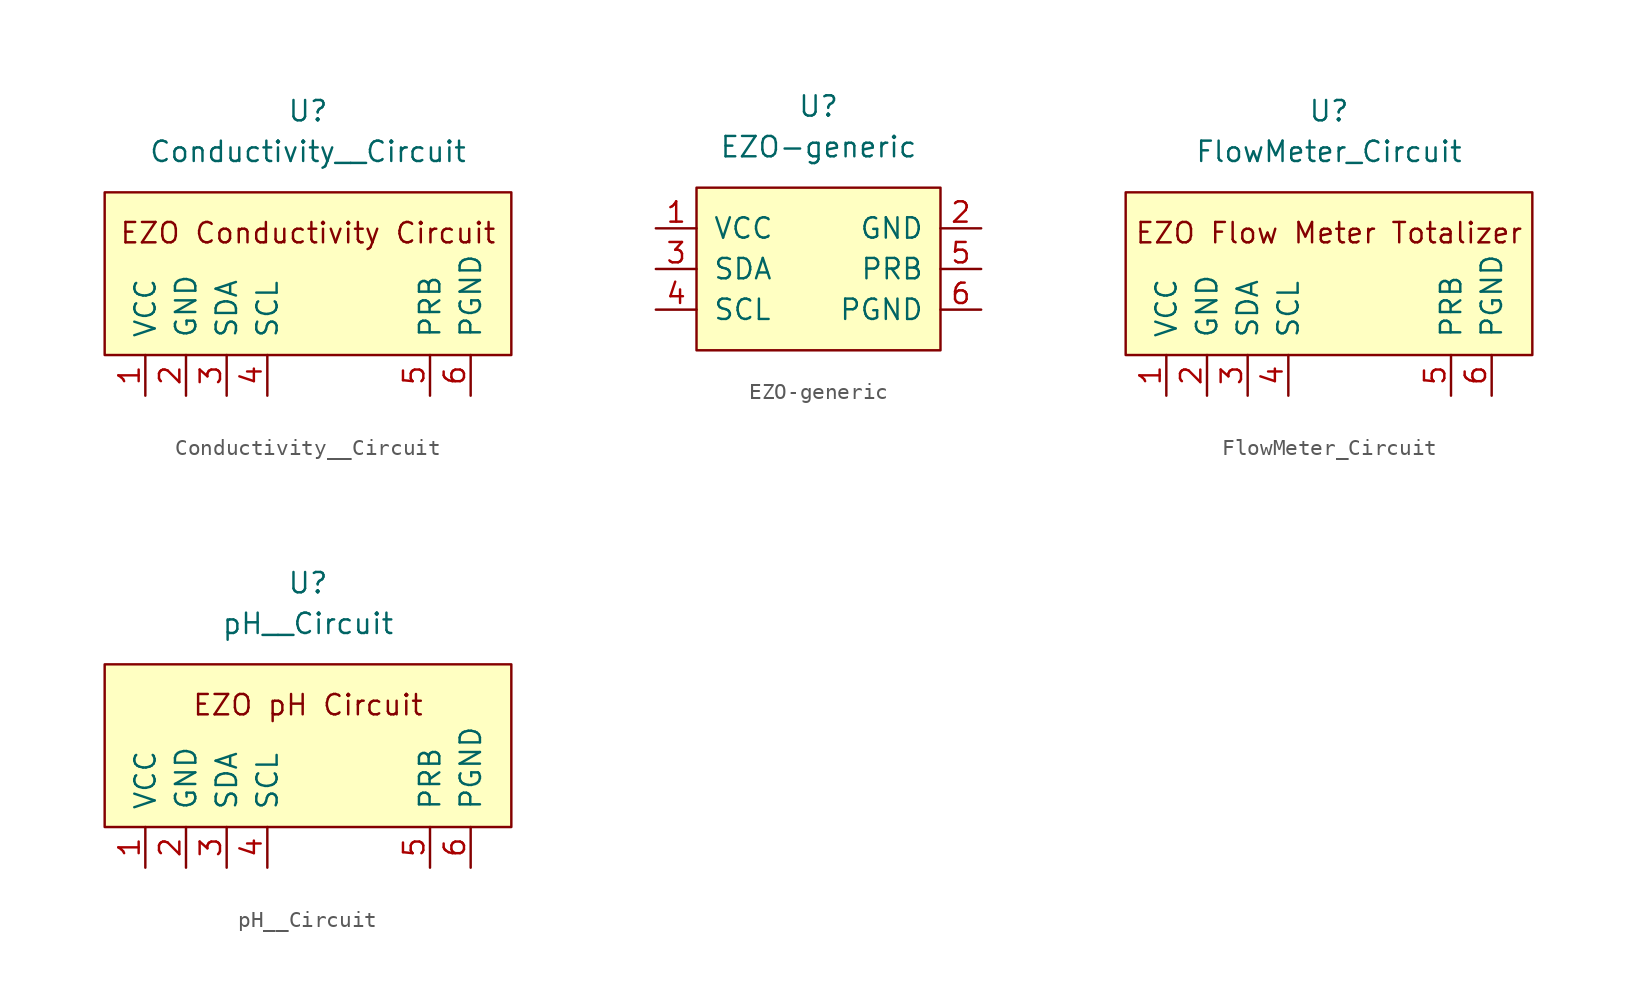
<source format=kicad_sym>
(kicad_symbol_lib
  (version 20220914)
  (generator kicad_symbol_editor)
  (symbol "Conductivity__Circuit"
    (pin_names
      (offset 1.016))
    (property "Reference" "U"
      (at 0 10.16 0)
      (effects (font (size 1.27 1.27))))
    (property "Value" "Conductivity__Circuit"
      (at 0 7.62 0)
      (effects (font (size 1.27 1.27))))
    (symbol "Conductivity__Circuit_0_0"
      (text "EZO Conductivity Circuit" (at 0 2.54 0) (effects (font (size 1.27 1.27)))))
    (symbol "Conductivity__Circuit_0_1"
      (rectangle (start -12.7 5.08) (end 12.7 -5.08) (stroke (width 0) (type solid)) (fill (type background))))
    (symbol "Conductivity__Circuit_1_1"
      (pin power_in line (at -10.16 -7.62 90) (length 2.54) (name "VCC" (effects (font (size 1.27 1.27)))) (number "1" (effects (font (size 1.27 1.27)))))
      (pin power_in line (at -7.62 -7.62 90) (length 2.54) (name "GND" (effects (font (size 1.27 1.27)))) (number "2" (effects (font (size 1.27 1.27)))))
      (pin bidirectional line (at -5.08 -7.62 90) (length 2.54) (name "SDA" (effects (font (size 1.27 1.27)))) (number "3" (effects (font (size 1.27 1.27)))))
      (pin bidirectional line (at -2.54 -7.62 90) (length 2.54) (name "SCL" (effects (font (size 1.27 1.27)))) (number "4" (effects (font (size 1.27 1.27)))))
      (pin bidirectional line (at 7.62 -7.62 90) (length 2.54) (name "PRB" (effects (font (size 1.27 1.27)))) (number "5" (effects (font (size 1.27 1.27)))))
      (pin passive line (at 10.16 -7.62 90) (length 2.54) (name "PGND" (effects (font (size 1.27 1.27)))) (number "6" (effects (font (size 1.27 1.27)))))))
  (symbol "EZO-generic"
    (pin_names
      (offset 1.016))
    (property "Reference" "U"
      (at 0 10.16 0)
      (effects (font (size 1.27 1.27))))
    (property "Value" "EZO-generic"
      (at 0 7.62 0)
      (effects (font (size 1.27 1.27))))
    (symbol "EZO-generic_0_0"
      (pin power_in line (at -10.16 2.54 0) (length 2.54) (name "VCC" (effects (font (size 1.27 1.27)))) (number "1" (effects (font (size 1.27 1.27)))))
      (pin power_in line (at 10.16 2.54 180) (length 2.54) (name "GND" (effects (font (size 1.27 1.27)))) (number "2" (effects (font (size 1.27 1.27)))))
      (pin bidirectional line (at -10.16 0 0) (length 2.54) (name "SDA" (effects (font (size 1.27 1.27)))) (number "3" (effects (font (size 1.27 1.27)))))
      (pin bidirectional line (at -10.16 -2.54 0) (length 2.54) (name "SCL" (effects (font (size 1.27 1.27)))) (number "4" (effects (font (size 1.27 1.27)))))
      (pin input line (at 10.16 0 180) (length 2.54) (name "PRB" (effects (font (size 1.27 1.27)))) (number "5" (effects (font (size 1.27 1.27)))))
      (pin input line (at 10.16 -2.54 180) (length 2.54) (name "PGND" (effects (font (size 1.27 1.27)))) (number "6" (effects (font (size 1.27 1.27))))))
    (symbol "EZO-generic_0_1"
      (rectangle (start -7.62 5.08) (end 7.62 -5.08) (stroke (width 0) (type solid)) (fill (type background)))))
  (symbol "FlowMeter_Circuit"
    (pin_names
      (offset 1.016))
    (property "Reference" "U"
      (at 0 10.16 0)
      (effects (font (size 1.27 1.27))))
    (property "Value" "FlowMeter_Circuit"
      (at 0 7.62 0)
      (effects (font (size 1.27 1.27))))
    (symbol "FlowMeter_Circuit_0_0"
      (text "EZO Flow Meter Totalizer" (at 0 2.54 0) (effects (font (size 1.27 1.27)))))
    (symbol "FlowMeter_Circuit_0_1"
      (rectangle (start -12.7 5.08) (end 12.7 -5.08) (stroke (width 0) (type solid)) (fill (type background))))
    (symbol "FlowMeter_Circuit_1_1"
      (pin power_in line (at -10.16 -7.62 90) (length 2.54) (name "VCC" (effects (font (size 1.27 1.27)))) (number "1" (effects (font (size 1.27 1.27)))))
      (pin power_in line (at -7.62 -7.62 90) (length 2.54) (name "GND" (effects (font (size 1.27 1.27)))) (number "2" (effects (font (size 1.27 1.27)))))
      (pin bidirectional line (at -5.08 -7.62 90) (length 2.54) (name "SDA" (effects (font (size 1.27 1.27)))) (number "3" (effects (font (size 1.27 1.27)))))
      (pin bidirectional line (at -2.54 -7.62 90) (length 2.54) (name "SCL" (effects (font (size 1.27 1.27)))) (number "4" (effects (font (size 1.27 1.27)))))
      (pin bidirectional line (at 7.62 -7.62 90) (length 2.54) (name "PRB" (effects (font (size 1.27 1.27)))) (number "5" (effects (font (size 1.27 1.27)))))
      (pin passive line (at 10.16 -7.62 90) (length 2.54) (name "PGND" (effects (font (size 1.27 1.27)))) (number "6" (effects (font (size 1.27 1.27)))))))
  (symbol "pH__Circuit"
    (pin_names
      (offset 1.016))
    (property "Reference" "U"
      (at 0 10.16 0)
      (effects (font (size 1.27 1.27))))
    (property "Value" "pH__Circuit"
      (at 0 7.62 0)
      (effects (font (size 1.27 1.27))))
    (symbol "pH__Circuit_0_0"
      (text "EZO pH Circuit" (at 0 2.54 0) (effects (font (size 1.27 1.27)))))
    (symbol "pH__Circuit_0_1"
      (rectangle (start -12.7 5.08) (end 12.7 -5.08) (stroke (width 0) (type solid)) (fill (type background))))
    (symbol "pH__Circuit_1_1"
      (pin power_in line (at -10.16 -7.62 90) (length 2.54) (name "VCC" (effects (font (size 1.27 1.27)))) (number "1" (effects (font (size 1.27 1.27)))))
      (pin power_in line (at -7.62 -7.62 90) (length 2.54) (name "GND" (effects (font (size 1.27 1.27)))) (number "2" (effects (font (size 1.27 1.27)))))
      (pin bidirectional line (at -5.08 -7.62 90) (length 2.54) (name "SDA" (effects (font (size 1.27 1.27)))) (number "3" (effects (font (size 1.27 1.27)))))
      (pin bidirectional line (at -2.54 -7.62 90) (length 2.54) (name "SCL" (effects (font (size 1.27 1.27)))) (number "4" (effects (font (size 1.27 1.27)))))
      (pin bidirectional line (at 7.62 -7.62 90) (length 2.54) (name "PRB" (effects (font (size 1.27 1.27)))) (number "5" (effects (font (size 1.27 1.27)))))
      (pin passive line (at 10.16 -7.62 90) (length 2.54) (name "PGND" (effects (font (size 1.27 1.27)))) (number "6" (effects (font (size 1.27 1.27))))))))
</source>
